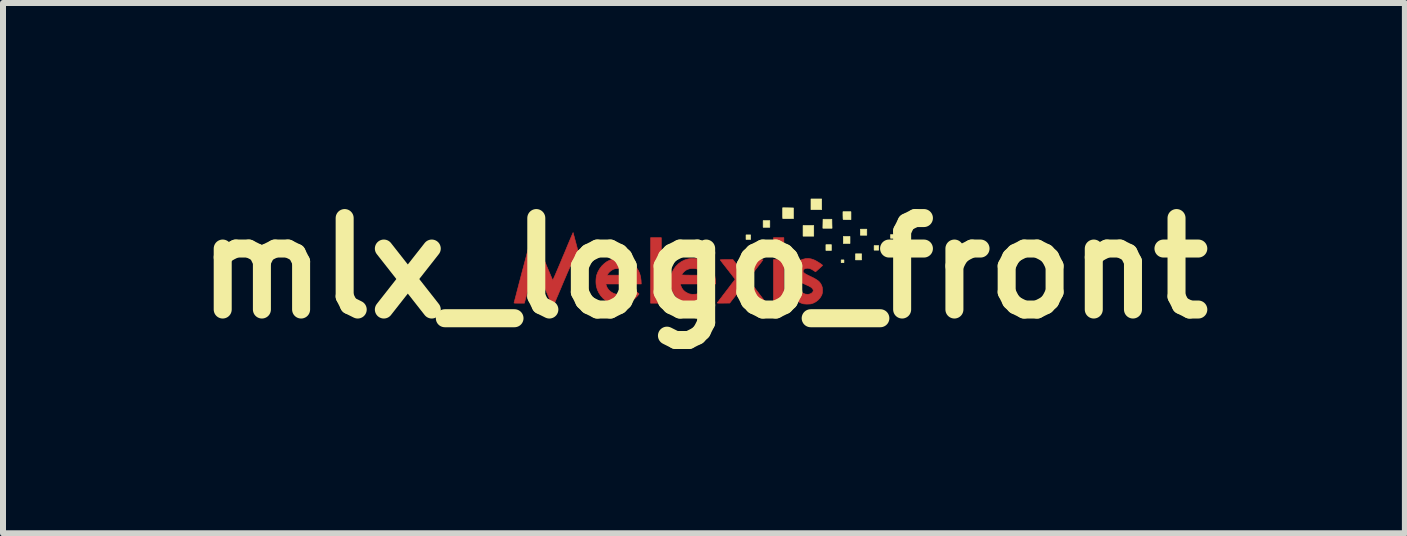
<source format=kicad_pcb>
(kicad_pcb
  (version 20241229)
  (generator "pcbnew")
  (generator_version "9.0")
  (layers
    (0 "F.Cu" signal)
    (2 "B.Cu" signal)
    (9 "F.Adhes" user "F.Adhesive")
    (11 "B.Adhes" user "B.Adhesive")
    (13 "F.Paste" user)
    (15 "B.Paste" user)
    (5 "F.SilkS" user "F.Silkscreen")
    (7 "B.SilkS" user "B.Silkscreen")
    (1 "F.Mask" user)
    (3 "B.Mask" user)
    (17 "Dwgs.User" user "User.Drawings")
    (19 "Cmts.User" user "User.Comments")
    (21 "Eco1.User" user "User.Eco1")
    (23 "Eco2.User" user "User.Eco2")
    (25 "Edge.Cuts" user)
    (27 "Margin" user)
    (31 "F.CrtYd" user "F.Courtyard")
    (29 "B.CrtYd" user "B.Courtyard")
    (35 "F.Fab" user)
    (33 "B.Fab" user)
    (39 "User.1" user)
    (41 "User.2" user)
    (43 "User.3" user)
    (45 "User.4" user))
  (footprint "mlx_logo_front"
    (layer "F.Cu")
    (at 8.68 1.418)
    (property "Reference" "mlx_logo_front" (at 0 0 0) (layer "F.SilkS") (effects (font (size 1.524 1.524) (thickness 0.3))))
    (attr through_hole)
    (fp_poly (pts (xy -0.711 0.584) (xy -0.889 0.584) (xy -0.889 -0.508) (xy -0.711 -0.508) (xy -0.711 0.584)) (stroke (width 0.01) (type solid)) (fill yes) (layer "F.Cu"))
    (fp_poly (pts (xy 1.331 -0.33) (xy 1.158 -0.33) (xy 1.158 -0.508) (xy 1.331 -0.508) (xy 1.331 -0.33)) (stroke (width 0.01) (type solid)) (fill yes) (layer "F.Cu"))
    (fp_poly (pts (xy 1.331 0.584) (xy 1.158 0.584) (xy 1.158 -0.142) (xy 1.331 -0.142) (xy 1.331 0.584)) (stroke (width 0.01) (type solid)) (fill yes) (layer "F.Cu"))
    (fp_poly (pts (xy -0.149 -0.16) (xy -0.092 -0.15) (xy -0.038 -0.132) (xy 0.013 -0.105) (xy 0.052 -0.076) (xy 0.098 -0.031) (xy 0.134 0.018) (xy 0.162 0.071) (xy 0.18 0.13) (xy 0.19 0.194) (xy 0.191 0.21) (xy 0.195 0.264) (xy -0.396 0.264) (xy -0.386 0.293) (xy -0.368 0.333) (xy -0.343 0.367) (xy -0.311 0.395) (xy -0.27 0.418) (xy -0.266 0.42) (xy -0.247 0.428) (xy -0.228 0.432) (xy -0.205 0.435) (xy -0.189 0.436) (xy -0.138 0.434) (xy -0.092 0.424) (xy -0.051 0.405) (xy -0.014 0.376) (xy 0.006 0.356) (xy 0.03 0.33) (xy 0.094 0.377) (xy 0.115 0.394) (xy 0.134 0.409) (xy 0.148 0.421) (xy 0.156 0.429) (xy 0.157 0.431) (xy 0.154 0.438) (xy 0.144 0.45) (xy 0.129 0.465) (xy 0.112 0.483) (xy 0.093 0.501) (xy 0.073 0.517) (xy 0.056 0.532) (xy 0.041 0.542) (xy 0.039 0.543) (xy -0.007 0.567) (xy -0.054 0.584) (xy -0.104 0.594) (xy -0.159 0.599) (xy -0.184 0.599) (xy -0.225 0.598) (xy -0.257 0.595) (xy -0.282 0.589) (xy -0.329 0.574) (xy -0.371 0.555) (xy -0.409 0.529) (xy -0.446 0.496) (xy -0.461 0.481) (xy -0.491 0.443) (xy -0.518 0.4) (xy -0.538 0.355) (xy -0.551 0.312) (xy -0.556 0.279) (xy -0.559 0.24) (xy -0.558 0.199) (xy -0.556 0.161) (xy -0.551 0.127) (xy -0.549 0.121) (xy -0.546 0.113) (xy -0.371 0.113) (xy -0.366 0.114) (xy -0.352 0.114) (xy -0.33 0.115) (xy -0.302 0.116) (xy -0.267 0.116) (xy -0.228 0.117) (xy -0.186 0.117) (xy -0.185 0.117) (xy 0.000357 0.117) (xy -0.006 0.106) (xy -0.015 0.092) (xy -0.029 0.076) (xy -0.046 0.058) (xy -0.063 0.043) (xy -0.076 0.033) (xy -0.105 0.018) (xy -0.136 0.009) (xy -0.172 0.006) (xy -0.197 0.006) (xy -0.238 0.01) (xy -0.273 0.02) (xy -0.303 0.036) (xy -0.322 0.051) (xy -0.336 0.064) (xy -0.349 0.079) (xy -0.361 0.094) (xy -0.368 0.106) (xy -0.371 0.113) (xy -0.546 0.113) (xy -0.53 0.067) (xy -0.502 0.015) (xy -0.467 -0.032) (xy -0.425 -0.074) (xy -0.377 -0.108) (xy -0.372 -0.111) (xy -0.319 -0.137) (xy -0.264 -0.153) (xy -0.207 -0.161) (xy -0.149 -0.16)) (stroke (width 0.01) (type solid)) (fill yes) (layer "F.Cu"))
    (fp_poly (pts (xy 1.786 -0.154) (xy 1.833 -0.138) (xy 1.855 -0.128) (xy 1.875 -0.117) (xy 1.896 -0.104) (xy 1.919 -0.09) (xy 1.939 -0.077) (xy 1.957 -0.064) (xy 1.97 -0.054) (xy 1.976 -0.047) (xy 1.976 -0.046) (xy 1.972 -0.041) (xy 1.963 -0.032) (xy 1.947 -0.018) (xy 1.929 -0.001) (xy 1.918 0.009) (xy 1.859 0.061) (xy 1.821 0.036) (xy 1.787 0.016) (xy 1.755 0.005) (xy 1.724 0.001) (xy 1.706 0.003) (xy 1.684 0.008) (xy 1.668 0.018) (xy 1.665 0.021) (xy 1.654 0.037) (xy 1.652 0.053) (xy 1.659 0.069) (xy 1.676 0.086) (xy 1.703 0.103) (xy 1.727 0.115) (xy 1.774 0.138) (xy 1.814 0.157) (xy 1.846 0.174) (xy 1.872 0.19) (xy 1.893 0.204) (xy 1.91 0.217) (xy 1.924 0.231) (xy 1.936 0.246) (xy 1.946 0.26) (xy 1.962 0.291) (xy 1.972 0.324) (xy 1.976 0.361) (xy 1.975 0.385) (xy 1.973 0.411) (xy 1.968 0.432) (xy 1.96 0.453) (xy 1.956 0.46) (xy 1.933 0.497) (xy 1.902 0.531) (xy 1.865 0.56) (xy 1.825 0.581) (xy 1.788 0.594) (xy 1.768 0.597) (xy 1.741 0.598) (xy 1.712 0.599) (xy 1.683 0.597) (xy 1.659 0.595) (xy 1.646 0.592) (xy 1.597 0.573) (xy 1.551 0.545) (xy 1.509 0.509) (xy 1.485 0.481) (xy 1.457 0.445) (xy 1.527 0.411) (xy 1.597 0.378) (xy 1.628 0.401) (xy 1.66 0.422) (xy 1.691 0.433) (xy 1.724 0.436) (xy 1.737 0.436) (xy 1.766 0.43) (xy 1.791 0.418) (xy 1.81 0.4) (xy 1.817 0.388) (xy 1.821 0.375) (xy 1.821 0.365) (xy 1.815 0.353) (xy 1.815 0.352) (xy 1.805 0.338) (xy 1.791 0.324) (xy 1.77 0.31) (xy 1.742 0.295) (xy 1.705 0.279) (xy 1.697 0.275) (xy 1.644 0.251) (xy 1.601 0.228) (xy 1.567 0.205) (xy 1.539 0.181) (xy 1.519 0.155) (xy 1.51 0.14) (xy 1.504 0.128) (xy 1.5 0.117) (xy 1.498 0.105) (xy 1.496 0.088) (xy 1.496 0.065) (xy 1.496 0.053) (xy 1.496 0.027) (xy 1.497 0.008) (xy 1.499 -0.006) (xy 1.502 -0.017) (xy 1.507 -0.028) (xy 1.51 -0.035) (xy 1.536 -0.074) (xy 1.569 -0.107) (xy 1.608 -0.132) (xy 1.645 -0.147) (xy 1.694 -0.159) (xy 1.74 -0.161) (xy 1.786 -0.154)) (stroke (width 0.01) (type solid)) (fill yes) (layer "F.Cu"))
    (fp_poly (pts (xy -1.377 -0.158) (xy -1.325 -0.148) (xy -1.278 -0.133) (xy -1.235 -0.11) (xy -1.194 -0.08) (xy -1.161 -0.049) (xy -1.122 -0.005) (xy -1.092 0.041) (xy -1.071 0.09) (xy -1.056 0.144) (xy -1.048 0.205) (xy -1.048 0.212) (xy -1.045 0.264) (xy -1.635 0.264) (xy -1.63 0.283) (xy -1.613 0.325) (xy -1.588 0.361) (xy -1.555 0.392) (xy -1.515 0.416) (xy -1.495 0.424) (xy -1.479 0.43) (xy -1.463 0.433) (xy -1.443 0.435) (xy -1.425 0.436) (xy -1.398 0.437) (xy -1.378 0.435) (xy -1.36 0.432) (xy -1.341 0.427) (xy -1.341 0.427) (xy -1.298 0.407) (xy -1.258 0.379) (xy -1.232 0.355) (xy -1.21 0.33) (xy -1.146 0.377) (xy -1.124 0.393) (xy -1.106 0.408) (xy -1.092 0.42) (xy -1.084 0.427) (xy -1.082 0.429) (xy -1.085 0.435) (xy -1.094 0.446) (xy -1.106 0.461) (xy -1.113 0.469) (xy -1.158 0.512) (xy -1.209 0.547) (xy -1.264 0.573) (xy -1.322 0.591) (xy -1.329 0.592) (xy -1.363 0.597) (xy -1.402 0.599) (xy -1.442 0.599) (xy -1.48 0.596) (xy -1.513 0.591) (xy -1.523 0.589) (xy -1.562 0.577) (xy -1.595 0.563) (xy -1.627 0.545) (xy -1.633 0.541) (xy -1.679 0.505) (xy -1.719 0.461) (xy -1.752 0.411) (xy -1.777 0.358) (xy -1.793 0.302) (xy -1.798 0.268) (xy -1.8 0.229) (xy -1.799 0.188) (xy -1.795 0.15) (xy -1.789 0.12) (xy -1.788 0.117) (xy -1.616 0.117) (xy -1.428 0.117) (xy -1.379 0.117) (xy -1.339 0.117) (xy -1.308 0.117) (xy -1.284 0.116) (xy -1.267 0.116) (xy -1.255 0.115) (xy -1.248 0.114) (xy -1.244 0.112) (xy -1.243 0.11) (xy -1.244 0.108) (xy -1.244 0.108) (xy -1.253 0.095) (xy -1.267 0.078) (xy -1.284 0.061) (xy -1.3 0.045) (xy -1.314 0.034) (xy -1.315 0.033) (xy -1.345 0.018) (xy -1.376 0.009) (xy -1.411 0.006) (xy -1.437 0.006) (xy -1.464 0.008) (xy -1.484 0.011) (xy -1.502 0.016) (xy -1.514 0.021) (xy -1.551 0.043) (xy -1.583 0.072) (xy -1.601 0.095) (xy -1.616 0.117) (xy -1.788 0.117) (xy -1.768 0.064) (xy -1.739 0.012) (xy -1.702 -0.037) (xy -1.659 -0.078) (xy -1.614 -0.111) (xy -1.567 -0.134) (xy -1.514 -0.15) (xy -1.459 -0.159) (xy -1.404 -0.16) (xy -1.377 -0.158)) (stroke (width 0.01) (type solid)) (fill yes) (layer "F.Cu"))
    (fp_poly (pts (xy 0.554 -0.051) (xy 0.574 -0.025) (xy 0.593 -0.001) (xy 0.609 0.018) (xy 0.62 0.032) (xy 0.628 0.039) (xy 0.629 0.041) (xy 0.633 0.037) (xy 0.642 0.026) (xy 0.656 0.009) (xy 0.673 -0.012) (xy 0.692 -0.037) (xy 0.703 -0.051) (xy 0.773 -0.142) (xy 0.879 -0.142) (xy 0.917 -0.142) (xy 0.945 -0.142) (xy 0.965 -0.141) (xy 0.977 -0.139) (xy 0.982 -0.138) (xy 0.982 -0.136) (xy 0.979 -0.131) (xy 0.969 -0.119) (xy 0.955 -0.1) (xy 0.937 -0.076) (xy 0.915 -0.048) (xy 0.89 -0.016) (xy 0.864 0.018) (xy 0.857 0.027) (xy 0.826 0.068) (xy 0.8 0.101) (xy 0.78 0.128) (xy 0.764 0.149) (xy 0.753 0.166) (xy 0.746 0.177) (xy 0.742 0.185) (xy 0.74 0.191) (xy 0.741 0.193) (xy 0.745 0.199) (xy 0.755 0.212) (xy 0.769 0.231) (xy 0.788 0.256) (xy 0.81 0.286) (xy 0.836 0.319) (xy 0.864 0.355) (xy 0.888 0.387) (xy 0.917 0.425) (xy 0.944 0.46) (xy 0.969 0.493) (xy 0.991 0.521) (xy 1.008 0.545) (xy 1.022 0.563) (xy 1.03 0.574) (xy 1.033 0.578) (xy 1.032 0.58) (xy 1.027 0.582) (xy 1.015 0.583) (xy 0.996 0.584) (xy 0.969 0.584) (xy 0.932 0.584) (xy 0.931 0.584) (xy 0.826 0.584) (xy 0.732 0.462) (xy 0.708 0.431) (xy 0.686 0.403) (xy 0.667 0.378) (xy 0.651 0.358) (xy 0.64 0.344) (xy 0.633 0.336) (xy 0.632 0.335) (xy 0.628 0.336) (xy 0.622 0.341) (xy 0.611 0.352) (xy 0.596 0.369) (xy 0.577 0.393) (xy 0.552 0.424) (xy 0.527 0.456) (xy 0.429 0.582) (xy 0.323 0.583) (xy 0.288 0.583) (xy 0.261 0.583) (xy 0.242 0.583) (xy 0.23 0.582) (xy 0.223 0.581) (xy 0.222 0.579) (xy 0.222 0.577) (xy 0.226 0.572) (xy 0.235 0.56) (xy 0.25 0.541) (xy 0.268 0.516) (xy 0.291 0.487) (xy 0.316 0.453) (xy 0.344 0.417) (xy 0.373 0.379) (xy 0.403 0.34) (xy 0.43 0.304) (xy 0.455 0.271) (xy 0.477 0.242) (xy 0.495 0.219) (xy 0.508 0.201) (xy 0.517 0.189) (xy 0.52 0.184) (xy 0.52 0.184) (xy 0.517 0.18) (xy 0.508 0.169) (xy 0.494 0.151) (xy 0.476 0.128) (xy 0.455 0.1) (xy 0.43 0.069) (xy 0.404 0.035) (xy 0.395 0.024) (xy 0.368 -0.011) (xy 0.343 -0.043) (xy 0.32 -0.072) (xy 0.301 -0.097) (xy 0.286 -0.117) (xy 0.276 -0.131) (xy 0.27 -0.137) (xy 0.27 -0.138) (xy 0.274 -0.139) (xy 0.287 -0.14) (xy 0.308 -0.141) (xy 0.334 -0.142) (xy 0.364 -0.142) (xy 0.375 -0.142) (xy 0.482 -0.142) (xy 0.554 -0.051)) (stroke (width 0.01) (type solid)) (fill yes) (layer "F.Cu"))
    (fp_poly (pts (xy -2.179 -0.588) (xy -2.176 -0.573) (xy -2.17 -0.551) (xy -2.161 -0.521) (xy -2.152 -0.484) (xy -2.14 -0.441) (xy -2.127 -0.392) (xy -2.113 -0.339) (xy -2.098 -0.282) (xy -2.082 -0.221) (xy -2.066 -0.159) (xy -2.049 -0.094) (xy -2.032 -0.029) (xy -2.015 0.037) (xy -1.998 0.102) (xy -1.981 0.166) (xy -1.965 0.228) (xy -1.949 0.288) (xy -1.935 0.343) (xy -1.921 0.395) (xy -1.909 0.442) (xy -1.899 0.483) (xy -1.89 0.517) (xy -1.883 0.545) (xy -1.878 0.564) (xy -1.875 0.575) (xy -1.875 0.577) (xy -1.876 0.58) (xy -1.883 0.582) (xy -1.895 0.583) (xy -1.915 0.584) (xy -1.942 0.584) (xy -1.96 0.584) (xy -2.046 0.584) (xy -2.053 0.555) (xy -2.067 0.501) (xy -2.082 0.446) (xy -2.096 0.389) (xy -2.111 0.332) (xy -2.126 0.276) (xy -2.14 0.221) (xy -2.154 0.169) (xy -2.166 0.121) (xy -2.178 0.076) (xy -2.189 0.036) (xy -2.198 0.002) (xy -2.205 -0.025) (xy -2.211 -0.044) (xy -2.214 -0.055) (xy -2.215 -0.057) (xy -2.217 -0.053) (xy -2.223 -0.041) (xy -2.233 -0.02) (xy -2.245 0.007) (xy -2.26 0.042) (xy -2.278 0.082) (xy -2.297 0.127) (xy -2.318 0.176) (xy -2.341 0.229) (xy -2.364 0.285) (xy -2.365 0.286) (xy -2.388 0.342) (xy -2.411 0.395) (xy -2.432 0.446) (xy -2.452 0.492) (xy -2.469 0.533) (xy -2.484 0.568) (xy -2.497 0.598) (xy -2.506 0.62) (xy -2.512 0.634) (xy -2.514 0.639) (xy -2.518 0.639) (xy -2.524 0.63) (xy -2.531 0.616) (xy -2.535 0.607) (xy -2.543 0.589) (xy -2.553 0.563) (xy -2.567 0.53) (xy -2.583 0.491) (xy -2.602 0.448) (xy -2.622 0.399) (xy -2.644 0.348) (xy -2.666 0.294) (xy -2.68 0.262) (xy -2.703 0.207) (xy -2.724 0.156) (xy -2.745 0.107) (xy -2.763 0.064) (xy -2.779 0.025) (xy -2.793 -0.008) (xy -2.805 -0.035) (xy -2.813 -0.054) (xy -2.818 -0.065) (xy -2.819 -0.067) (xy -2.821 -0.063) (xy -2.825 -0.05) (xy -2.831 -0.028) (xy -2.839 0.00047) (xy -2.849 0.036) (xy -2.86 0.077) (xy -2.872 0.123) (xy -2.885 0.173) (xy -2.899 0.227) (xy -2.903 0.24) (xy -2.917 0.295) (xy -2.931 0.347) (xy -2.944 0.396) (xy -2.955 0.441) (xy -2.965 0.48) (xy -2.974 0.513) (xy -2.981 0.539) (xy -2.986 0.558) (xy -2.988 0.567) (xy -2.988 0.568) (xy -2.993 0.584) (xy -3.079 0.584) (xy -3.107 0.584) (xy -3.131 0.583) (xy -3.15 0.583) (xy -3.162 0.581) (xy -3.165 0.58) (xy -3.164 0.575) (xy -3.16 0.561) (xy -3.154 0.537) (xy -3.146 0.506) (xy -3.136 0.468) (xy -3.124 0.422) (xy -3.111 0.371) (xy -3.096 0.314) (xy -3.08 0.252) (xy -3.062 0.185) (xy -3.044 0.115) (xy -3.025 0.042) (xy -3.011 -0.009) (xy -2.989 -0.092) (xy -2.968 -0.171) (xy -2.949 -0.244) (xy -2.931 -0.312) (xy -2.915 -0.373) (xy -2.9 -0.427) (xy -2.887 -0.474) (xy -2.876 -0.514) (xy -2.867 -0.545) (xy -2.86 -0.568) (xy -2.856 -0.582) (xy -2.854 -0.587) (xy -2.854 -0.587) (xy -2.851 -0.581) (xy -2.845 -0.567) (xy -2.836 -0.545) (xy -2.823 -0.515) (xy -2.808 -0.479) (xy -2.79 -0.437) (xy -2.77 -0.39) (xy -2.749 -0.339) (xy -2.725 -0.284) (xy -2.701 -0.225) (xy -2.687 -0.193) (xy -2.662 -0.134) (xy -2.638 -0.077) (xy -2.616 -0.023) (xy -2.595 0.026) (xy -2.576 0.071) (xy -2.559 0.11) (xy -2.545 0.144) (xy -2.534 0.17) (xy -2.526 0.189) (xy -2.522 0.199) (xy -2.521 0.201) (xy -2.518 0.198) (xy -2.512 0.185) (xy -2.502 0.164) (xy -2.488 0.133) (xy -2.471 0.094) (xy -2.451 0.047) (xy -2.427 -0.009) (xy -2.4 -0.073) (xy -2.37 -0.145) (xy -2.35 -0.193) (xy -2.324 -0.253) (xy -2.3 -0.311) (xy -2.278 -0.365) (xy -2.257 -0.415) (xy -2.238 -0.46) (xy -2.221 -0.5) (xy -2.207 -0.534) (xy -2.195 -0.56) (xy -2.187 -0.579) (xy -2.182 -0.59) (xy -2.181 -0.593) (xy -2.179 -0.588)) (stroke (width 0.01) (type solid)) (fill yes) (layer "F.Cu"))
    (fp_poly (pts (xy 0.777 -0.478) (xy 0.701 -0.478) (xy 0.701 -0.554) (xy 0.777 -0.554) (xy 0.777 -0.478)) (stroke (width 0.01) (type solid)) (fill yes) (layer "F.SilkS"))
    (fp_poly (pts (xy 1.097 -0.681) (xy 0.986 -0.681) (xy 0.986 -0.792) (xy 1.097 -0.792) (xy 1.097 -0.681)) (stroke (width 0.01) (type solid)) (fill yes) (layer "F.SilkS"))
    (fp_poly (pts (xy 1.829 -0.533) (xy 1.651 -0.533) (xy 1.651 -0.711) (xy 1.829 -0.711) (xy 1.829 -0.533)) (stroke (width 0.01) (type solid)) (fill yes) (layer "F.SilkS"))
    (fp_poly (pts (xy 1.961 -0.975) (xy 1.783 -0.975) (xy 1.783 -1.153) (xy 1.961 -1.153) (xy 1.961 -0.975)) (stroke (width 0.01) (type solid)) (fill yes) (layer "F.SilkS"))
    (fp_poly (pts (xy 2.123 -0.295) (xy 2.032 -0.295) (xy 2.032 -0.391) (xy 2.123 -0.391) (xy 2.123 -0.295)) (stroke (width 0.01) (type solid)) (fill yes) (layer "F.SilkS"))
    (fp_poly (pts (xy 2.332 -0.091) (xy 2.286 -0.091) (xy 2.286 -0.137) (xy 2.332 -0.137) (xy 2.332 -0.091)) (stroke (width 0.01) (type solid)) (fill yes) (layer "F.SilkS"))
    (fp_poly (pts (xy 2.433 -0.411) (xy 2.322 -0.411) (xy 2.322 -0.528) (xy 2.433 -0.528) (xy 2.433 -0.411)) (stroke (width 0.01) (type solid)) (fill yes) (layer "F.SilkS"))
    (fp_poly (pts (xy 2.626 -0.137) (xy 2.525 -0.137) (xy 2.525 -0.239) (xy 2.626 -0.239) (xy 2.626 -0.137)) (stroke (width 0.01) (type solid)) (fill yes) (layer "F.SilkS"))
    (fp_poly (pts (xy 2.713 -0.549) (xy 2.606 -0.549) (xy 2.606 -0.65) (xy 2.713 -0.65) (xy 2.713 -0.549)) (stroke (width 0.01) (type solid)) (fill yes) (layer "F.SilkS"))
    (fp_poly (pts (xy 2.911 -0.3) (xy 2.835 -0.3) (xy 2.835 -0.376) (xy 2.911 -0.376) (xy 2.911 -0.3)) (stroke (width 0.01) (type solid)) (fill yes) (layer "F.SilkS"))
    (fp_poly (pts (xy 3.17 -0.498) (xy 3.109 -0.498) (xy 3.109 -0.559) (xy 3.17 -0.559) (xy 3.17 -0.498)) (stroke (width 0.01) (type solid)) (fill yes) (layer "F.SilkS"))
    (fp_poly (pts (xy 2.132 -0.74) (xy 2.134 -0.665) (xy 1.981 -0.665) (xy 1.984 -0.815) (xy 2.131 -0.815) (xy 2.132 -0.74)) (stroke (width 0.01) (type solid)) (fill yes) (layer "F.SilkS"))
    (fp_poly (pts (xy 2.449 -0.808) (xy 2.386 -0.808) (xy 2.362 -0.808) (xy 2.341 -0.809) (xy 2.327 -0.81) (xy 2.32 -0.811) (xy 2.32 -0.811) (xy 2.319 -0.817) (xy 2.317 -0.831) (xy 2.317 -0.852) (xy 2.316 -0.876) (xy 2.316 -0.94) (xy 2.449 -0.94) (xy 2.449 -0.808)) (stroke (width 0.01) (type solid)) (fill yes) (layer "F.SilkS"))
    (fp_poly (pts (xy 1.401 -1.005) (xy 1.491 -1.003) (xy 1.491 -0.826) (xy 1.404 -0.824) (xy 1.376 -0.824) (xy 1.35 -0.824) (xy 1.331 -0.825) (xy 1.318 -0.825) (xy 1.314 -0.826) (xy 1.313 -0.832) (xy 1.312 -0.847) (xy 1.311 -0.868) (xy 1.311 -0.894) (xy 1.311 -0.918) (xy 1.311 -1.006) (xy 1.401 -1.005)) (stroke (width 0.01) (type solid)) (fill yes) (layer "F.SilkS")))
  (gr_rect
    (start -3 -3)
    (end 20.359 5.836)
    (stroke (width 0.1) (type default))
    (fill no)
    (layer "Edge.Cuts")))
</source>
